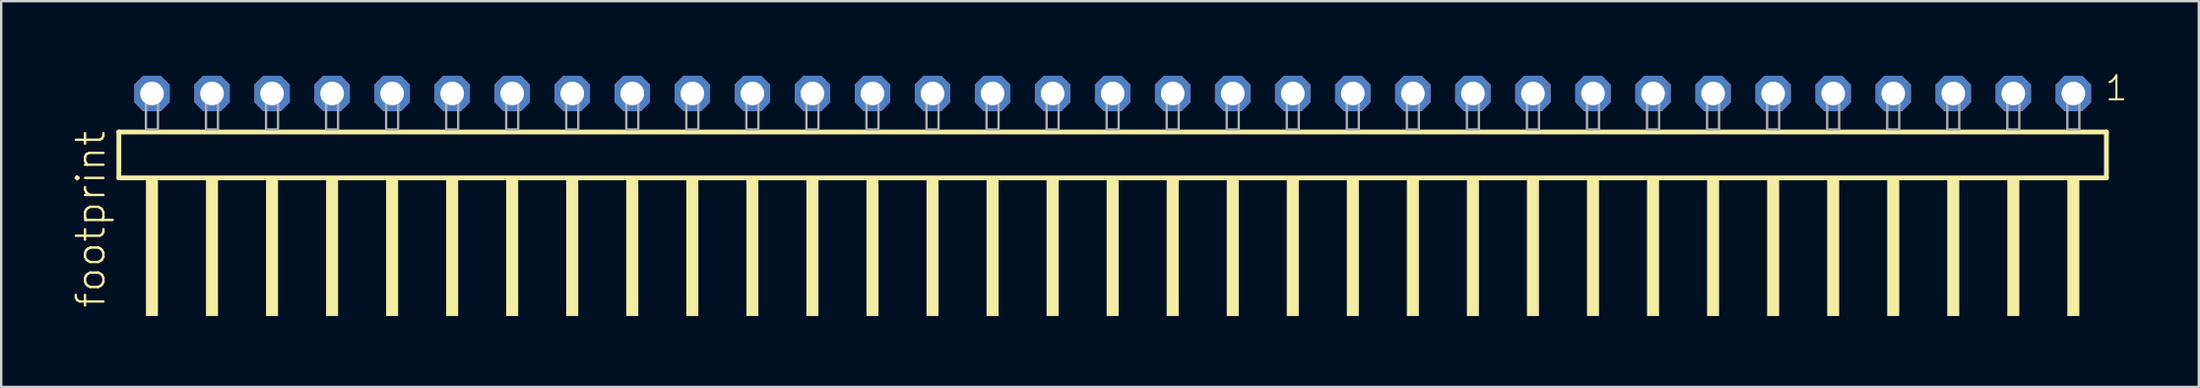
<source format=kicad_pcb>
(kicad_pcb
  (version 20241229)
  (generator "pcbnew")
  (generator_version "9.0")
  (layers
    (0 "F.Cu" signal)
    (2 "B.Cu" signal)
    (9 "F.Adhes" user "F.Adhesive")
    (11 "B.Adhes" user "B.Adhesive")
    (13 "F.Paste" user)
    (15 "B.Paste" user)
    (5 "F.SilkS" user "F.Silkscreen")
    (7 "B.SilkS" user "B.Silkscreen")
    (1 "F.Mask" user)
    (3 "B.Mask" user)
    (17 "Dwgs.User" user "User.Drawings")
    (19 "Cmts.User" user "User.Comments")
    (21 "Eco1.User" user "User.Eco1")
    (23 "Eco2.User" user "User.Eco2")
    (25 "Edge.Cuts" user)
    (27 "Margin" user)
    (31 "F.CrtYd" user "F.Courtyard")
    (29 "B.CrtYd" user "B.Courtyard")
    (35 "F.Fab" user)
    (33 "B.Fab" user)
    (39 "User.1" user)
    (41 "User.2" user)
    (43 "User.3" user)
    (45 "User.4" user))
  (footprint "footprint"
    (layer "F.Cu")
    (at 44.018 2.428)
    (property "Reference" "footprint" (at -42.545 7.62 90) (layer "F.SilkS") (effects (font (size 1.168 1.168) (thickness 0.102)) (justify left bottom)))
    (fp_line (start -42.039 0.106) (end -42.039 2.046) (stroke (width 0.203) (type solid)) (layer "F.SilkS"))
    (fp_line (start -42.039 2.046) (end 42.039 2.046) (stroke (width 0.203) (type solid)) (layer "F.SilkS"))
    (fp_line (start 42.039 0.106) (end -42.039 0.106) (stroke (width 0.203) (type solid)) (layer "F.SilkS"))
    (fp_line (start 42.039 2.046) (end 42.039 0.106) (stroke (width 0.203) (type solid)) (layer "F.SilkS"))
    (fp_poly (pts (xy -40.894 7.89) (xy -40.386 7.89) (xy -40.386 2.04) (xy -40.894 2.04)) (stroke (width 0) (type solid)) (fill yes) (layer "F.SilkS"))
    (fp_poly (pts (xy -38.354 7.89) (xy -37.846 7.89) (xy -37.846 2.04) (xy -38.354 2.04)) (stroke (width 0) (type solid)) (fill yes) (layer "F.SilkS"))
    (fp_poly (pts (xy -35.814 7.89) (xy -35.306 7.89) (xy -35.306 2.04) (xy -35.814 2.04)) (stroke (width 0) (type solid)) (fill yes) (layer "F.SilkS"))
    (fp_poly (pts (xy -33.274 7.89) (xy -32.766 7.89) (xy -32.766 2.04) (xy -33.274 2.04)) (stroke (width 0) (type solid)) (fill yes) (layer "F.SilkS"))
    (fp_poly (pts (xy -30.734 7.89) (xy -30.226 7.89) (xy -30.226 2.04) (xy -30.734 2.04)) (stroke (width 0) (type solid)) (fill yes) (layer "F.SilkS"))
    (fp_poly (pts (xy -28.194 7.89) (xy -27.686 7.89) (xy -27.686 2.04) (xy -28.194 2.04)) (stroke (width 0) (type solid)) (fill yes) (layer "F.SilkS"))
    (fp_poly (pts (xy -25.654 7.89) (xy -25.146 7.89) (xy -25.146 2.04) (xy -25.654 2.04)) (stroke (width 0) (type solid)) (fill yes) (layer "F.SilkS"))
    (fp_poly (pts (xy -23.114 7.89) (xy -22.606 7.89) (xy -22.606 2.04) (xy -23.114 2.04)) (stroke (width 0) (type solid)) (fill yes) (layer "F.SilkS"))
    (fp_poly (pts (xy -20.574 7.89) (xy -20.066 7.89) (xy -20.066 2.04) (xy -20.574 2.04)) (stroke (width 0) (type solid)) (fill yes) (layer "F.SilkS"))
    (fp_poly (pts (xy -18.034 7.89) (xy -17.526 7.89) (xy -17.526 2.04) (xy -18.034 2.04)) (stroke (width 0) (type solid)) (fill yes) (layer "F.SilkS"))
    (fp_poly (pts (xy -15.494 7.89) (xy -14.986 7.89) (xy -14.986 2.04) (xy -15.494 2.04)) (stroke (width 0) (type solid)) (fill yes) (layer "F.SilkS"))
    (fp_poly (pts (xy -12.954 7.89) (xy -12.446 7.89) (xy -12.446 2.04) (xy -12.954 2.04)) (stroke (width 0) (type solid)) (fill yes) (layer "F.SilkS"))
    (fp_poly (pts (xy -10.414 7.89) (xy -9.906 7.89) (xy -9.906 2.04) (xy -10.414 2.04)) (stroke (width 0) (type solid)) (fill yes) (layer "F.SilkS"))
    (fp_poly (pts (xy -7.874 7.89) (xy -7.366 7.89) (xy -7.366 2.04) (xy -7.874 2.04)) (stroke (width 0) (type solid)) (fill yes) (layer "F.SilkS"))
    (fp_poly (pts (xy -5.334 7.89) (xy -4.826 7.89) (xy -4.826 2.04) (xy -5.334 2.04)) (stroke (width 0) (type solid)) (fill yes) (layer "F.SilkS"))
    (fp_poly (pts (xy -2.794 7.89) (xy -2.286 7.89) (xy -2.286 2.04) (xy -2.794 2.04)) (stroke (width 0) (type solid)) (fill yes) (layer "F.SilkS"))
    (fp_poly (pts (xy -0.254 7.89) (xy 0.254 7.89) (xy 0.254 2.04) (xy -0.254 2.04)) (stroke (width 0) (type solid)) (fill yes) (layer "F.SilkS"))
    (fp_poly (pts (xy 2.286 7.89) (xy 2.794 7.89) (xy 2.794 2.04) (xy 2.286 2.04)) (stroke (width 0) (type solid)) (fill yes) (layer "F.SilkS"))
    (fp_poly (pts (xy 4.826 7.89) (xy 5.334 7.89) (xy 5.334 2.04) (xy 4.826 2.04)) (stroke (width 0) (type solid)) (fill yes) (layer "F.SilkS"))
    (fp_poly (pts (xy 7.366 7.89) (xy 7.874 7.89) (xy 7.874 2.04) (xy 7.366 2.04)) (stroke (width 0) (type solid)) (fill yes) (layer "F.SilkS"))
    (fp_poly (pts (xy 9.906 7.89) (xy 10.414 7.89) (xy 10.414 2.04) (xy 9.906 2.04)) (stroke (width 0) (type solid)) (fill yes) (layer "F.SilkS"))
    (fp_poly (pts (xy 12.446 7.89) (xy 12.954 7.89) (xy 12.954 2.04) (xy 12.446 2.04)) (stroke (width 0) (type solid)) (fill yes) (layer "F.SilkS"))
    (fp_poly (pts (xy 14.986 7.89) (xy 15.494 7.89) (xy 15.494 2.04) (xy 14.986 2.04)) (stroke (width 0) (type solid)) (fill yes) (layer "F.SilkS"))
    (fp_poly (pts (xy 17.526 7.89) (xy 18.034 7.89) (xy 18.034 2.04) (xy 17.526 2.04)) (stroke (width 0) (type solid)) (fill yes) (layer "F.SilkS"))
    (fp_poly (pts (xy 20.066 7.89) (xy 20.574 7.89) (xy 20.574 2.04) (xy 20.066 2.04)) (stroke (width 0) (type solid)) (fill yes) (layer "F.SilkS"))
    (fp_poly (pts (xy 22.606 7.89) (xy 23.114 7.89) (xy 23.114 2.04) (xy 22.606 2.04)) (stroke (width 0) (type solid)) (fill yes) (layer "F.SilkS"))
    (fp_poly (pts (xy 25.146 7.89) (xy 25.654 7.89) (xy 25.654 2.04) (xy 25.146 2.04)) (stroke (width 0) (type solid)) (fill yes) (layer "F.SilkS"))
    (fp_poly (pts (xy 27.686 7.89) (xy 28.194 7.89) (xy 28.194 2.04) (xy 27.686 2.04)) (stroke (width 0) (type solid)) (fill yes) (layer "F.SilkS"))
    (fp_poly (pts (xy 30.226 7.89) (xy 30.734 7.89) (xy 30.734 2.04) (xy 30.226 2.04)) (stroke (width 0) (type solid)) (fill yes) (layer "F.SilkS"))
    (fp_poly (pts (xy 32.766 7.89) (xy 33.274 7.89) (xy 33.274 2.04) (xy 32.766 2.04)) (stroke (width 0) (type solid)) (fill yes) (layer "F.SilkS"))
    (fp_poly (pts (xy 35.306 7.89) (xy 35.814 7.89) (xy 35.814 2.04) (xy 35.306 2.04)) (stroke (width 0) (type solid)) (fill yes) (layer "F.SilkS"))
    (fp_poly (pts (xy 37.846 7.89) (xy 38.354 7.89) (xy 38.354 2.04) (xy 37.846 2.04)) (stroke (width 0) (type solid)) (fill yes) (layer "F.SilkS"))
    (fp_poly (pts (xy 40.386 7.89) (xy 40.894 7.89) (xy 40.894 2.04) (xy 40.386 2.04)) (stroke (width 0) (type solid)) (fill yes) (layer "F.SilkS"))
    (fp_poly (pts (xy -40.894 0) (xy -40.386 0) (xy -40.386 -1.778) (xy -40.894 -1.778)) (stroke (width 0.1) (type solid)) (fill no) (layer "F.Fab"))
    (fp_poly (pts (xy -38.354 0) (xy -37.846 0) (xy -37.846 -1.778) (xy -38.354 -1.778)) (stroke (width 0.1) (type solid)) (fill no) (layer "F.Fab"))
    (fp_poly (pts (xy -35.814 0) (xy -35.306 0) (xy -35.306 -1.778) (xy -35.814 -1.778)) (stroke (width 0.1) (type solid)) (fill no) (layer "F.Fab"))
    (fp_poly (pts (xy -33.274 0) (xy -32.766 0) (xy -32.766 -1.778) (xy -33.274 -1.778)) (stroke (width 0.1) (type solid)) (fill no) (layer "F.Fab"))
    (fp_poly (pts (xy -30.734 0) (xy -30.226 0) (xy -30.226 -1.778) (xy -30.734 -1.778)) (stroke (width 0.1) (type solid)) (fill no) (layer "F.Fab"))
    (fp_poly (pts (xy -28.194 0) (xy -27.686 0) (xy -27.686 -1.778) (xy -28.194 -1.778)) (stroke (width 0.1) (type solid)) (fill no) (layer "F.Fab"))
    (fp_poly (pts (xy -25.654 0) (xy -25.146 0) (xy -25.146 -1.778) (xy -25.654 -1.778)) (stroke (width 0.1) (type solid)) (fill no) (layer "F.Fab"))
    (fp_poly (pts (xy -23.114 0) (xy -22.606 0) (xy -22.606 -1.778) (xy -23.114 -1.778)) (stroke (width 0.1) (type solid)) (fill no) (layer "F.Fab"))
    (fp_poly (pts (xy -20.574 0) (xy -20.066 0) (xy -20.066 -1.778) (xy -20.574 -1.778)) (stroke (width 0.1) (type solid)) (fill no) (layer "F.Fab"))
    (fp_poly (pts (xy -18.034 0) (xy -17.526 0) (xy -17.526 -1.778) (xy -18.034 -1.778)) (stroke (width 0.1) (type solid)) (fill no) (layer "F.Fab"))
    (fp_poly (pts (xy -15.494 0) (xy -14.986 0) (xy -14.986 -1.778) (xy -15.494 -1.778)) (stroke (width 0.1) (type solid)) (fill no) (layer "F.Fab"))
    (fp_poly (pts (xy -12.954 0) (xy -12.446 0) (xy -12.446 -1.778) (xy -12.954 -1.778)) (stroke (width 0.1) (type solid)) (fill no) (layer "F.Fab"))
    (fp_poly (pts (xy -10.414 0) (xy -9.906 0) (xy -9.906 -1.778) (xy -10.414 -1.778)) (stroke (width 0.1) (type solid)) (fill no) (layer "F.Fab"))
    (fp_poly (pts (xy -7.874 0) (xy -7.366 0) (xy -7.366 -1.778) (xy -7.874 -1.778)) (stroke (width 0.1) (type solid)) (fill no) (layer "F.Fab"))
    (fp_poly (pts (xy -5.334 0) (xy -4.826 0) (xy -4.826 -1.778) (xy -5.334 -1.778)) (stroke (width 0.1) (type solid)) (fill no) (layer "F.Fab"))
    (fp_poly (pts (xy -2.794 0) (xy -2.286 0) (xy -2.286 -1.778) (xy -2.794 -1.778)) (stroke (width 0.1) (type solid)) (fill no) (layer "F.Fab"))
    (fp_poly (pts (xy -0.254 0) (xy 0.254 0) (xy 0.254 -1.778) (xy -0.254 -1.778)) (stroke (width 0.1) (type solid)) (fill no) (layer "F.Fab"))
    (fp_poly (pts (xy 2.286 0) (xy 2.794 0) (xy 2.794 -1.778) (xy 2.286 -1.778)) (stroke (width 0.1) (type solid)) (fill no) (layer "F.Fab"))
    (fp_poly (pts (xy 4.826 0) (xy 5.334 0) (xy 5.334 -1.778) (xy 4.826 -1.778)) (stroke (width 0.1) (type solid)) (fill no) (layer "F.Fab"))
    (fp_poly (pts (xy 7.366 0) (xy 7.874 0) (xy 7.874 -1.778) (xy 7.366 -1.778)) (stroke (width 0.1) (type solid)) (fill no) (layer "F.Fab"))
    (fp_poly (pts (xy 9.906 0) (xy 10.414 0) (xy 10.414 -1.778) (xy 9.906 -1.778)) (stroke (width 0.1) (type solid)) (fill no) (layer "F.Fab"))
    (fp_poly (pts (xy 12.446 0) (xy 12.954 0) (xy 12.954 -1.778) (xy 12.446 -1.778)) (stroke (width 0.1) (type solid)) (fill no) (layer "F.Fab"))
    (fp_poly (pts (xy 14.986 0) (xy 15.494 0) (xy 15.494 -1.778) (xy 14.986 -1.778)) (stroke (width 0.1) (type solid)) (fill no) (layer "F.Fab"))
    (fp_poly (pts (xy 17.526 0) (xy 18.034 0) (xy 18.034 -1.778) (xy 17.526 -1.778)) (stroke (width 0.1) (type solid)) (fill no) (layer "F.Fab"))
    (fp_poly (pts (xy 20.066 0) (xy 20.574 0) (xy 20.574 -1.778) (xy 20.066 -1.778)) (stroke (width 0.1) (type solid)) (fill no) (layer "F.Fab"))
    (fp_poly (pts (xy 22.606 0) (xy 23.114 0) (xy 23.114 -1.778) (xy 22.606 -1.778)) (stroke (width 0.1) (type solid)) (fill no) (layer "F.Fab"))
    (fp_poly (pts (xy 25.146 0) (xy 25.654 0) (xy 25.654 -1.778) (xy 25.146 -1.778)) (stroke (width 0.1) (type solid)) (fill no) (layer "F.Fab"))
    (fp_poly (pts (xy 27.686 0) (xy 28.194 0) (xy 28.194 -1.778) (xy 27.686 -1.778)) (stroke (width 0.1) (type solid)) (fill no) (layer "F.Fab"))
    (fp_poly (pts (xy 30.226 0) (xy 30.734 0) (xy 30.734 -1.778) (xy 30.226 -1.778)) (stroke (width 0.1) (type solid)) (fill no) (layer "F.Fab"))
    (fp_poly (pts (xy 32.766 0) (xy 33.274 0) (xy 33.274 -1.778) (xy 32.766 -1.778)) (stroke (width 0.1) (type solid)) (fill no) (layer "F.Fab"))
    (fp_poly (pts (xy 35.306 0) (xy 35.814 0) (xy 35.814 -1.778) (xy 35.306 -1.778)) (stroke (width 0.1) (type solid)) (fill no) (layer "F.Fab"))
    (fp_poly (pts (xy 37.846 0) (xy 38.354 0) (xy 38.354 -1.778) (xy 37.846 -1.778)) (stroke (width 0.1) (type solid)) (fill no) (layer "F.Fab"))
    (fp_poly (pts (xy 40.386 0) (xy 40.894 0) (xy 40.894 -1.778) (xy 40.386 -1.778)) (stroke (width 0.1) (type solid)) (fill no) (layer "F.Fab"))
    (fp_text user "1" (at 41.922 -1.152 0) (layer "F.SilkS") (effects (font (size 1.012 1.012) (thickness 0.088)) (justify left bottom)))
    (pad "1" thru_hole roundrect (at 40.64 -1.524 180) (size 1.5 1.5) (drill 1) (layers "*.Cu" "*.Mask") (roundrect_rratio 0.25) (chamfer_ratio 0.25) (chamfer top_left top_right bottom_left bottom_right))
    (pad "2" thru_hole roundrect (at 38.1 -1.524 180) (size 1.5 1.5) (drill 1) (layers "*.Cu" "*.Mask") (roundrect_rratio 0.25) (chamfer_ratio 0.25) (chamfer top_left top_right bottom_left bottom_right))
    (pad "3" thru_hole roundrect (at 35.56 -1.524 180) (size 1.5 1.5) (drill 1) (layers "*.Cu" "*.Mask") (roundrect_rratio 0.25) (chamfer_ratio 0.25) (chamfer top_left top_right bottom_left bottom_right))
    (pad "4" thru_hole roundrect (at 33.02 -1.524 180) (size 1.5 1.5) (drill 1) (layers "*.Cu" "*.Mask") (roundrect_rratio 0.25) (chamfer_ratio 0.25) (chamfer top_left top_right bottom_left bottom_right))
    (pad "5" thru_hole roundrect (at 30.48 -1.524 180) (size 1.5 1.5) (drill 1) (layers "*.Cu" "*.Mask") (roundrect_rratio 0.25) (chamfer_ratio 0.25) (chamfer top_left top_right bottom_left bottom_right))
    (pad "6" thru_hole roundrect (at 27.94 -1.524 180) (size 1.5 1.5) (drill 1) (layers "*.Cu" "*.Mask") (roundrect_rratio 0.25) (chamfer_ratio 0.25) (chamfer top_left top_right bottom_left bottom_right))
    (pad "7" thru_hole roundrect (at 25.4 -1.524 180) (size 1.5 1.5) (drill 1) (layers "*.Cu" "*.Mask") (roundrect_rratio 0.25) (chamfer_ratio 0.25) (chamfer top_left top_right bottom_left bottom_right))
    (pad "8" thru_hole roundrect (at 22.86 -1.524 180) (size 1.5 1.5) (drill 1) (layers "*.Cu" "*.Mask") (roundrect_rratio 0.25) (chamfer_ratio 0.25) (chamfer top_left top_right bottom_left bottom_right))
    (pad "9" thru_hole roundrect (at 20.32 -1.524 180) (size 1.5 1.5) (drill 1) (layers "*.Cu" "*.Mask") (roundrect_rratio 0.25) (chamfer_ratio 0.25) (chamfer top_left top_right bottom_left bottom_right))
    (pad "10" thru_hole roundrect (at 17.78 -1.524 180) (size 1.5 1.5) (drill 1) (layers "*.Cu" "*.Mask") (roundrect_rratio 0.25) (chamfer_ratio 0.25) (chamfer top_left top_right bottom_left bottom_right))
    (pad "11" thru_hole roundrect (at 15.24 -1.524 180) (size 1.5 1.5) (drill 1) (layers "*.Cu" "*.Mask") (roundrect_rratio 0.25) (chamfer_ratio 0.25) (chamfer top_left top_right bottom_left bottom_right))
    (pad "12" thru_hole roundrect (at 12.7 -1.524 180) (size 1.5 1.5) (drill 1) (layers "*.Cu" "*.Mask") (roundrect_rratio 0.25) (chamfer_ratio 0.25) (chamfer top_left top_right bottom_left bottom_right))
    (pad "13" thru_hole roundrect (at 10.16 -1.524 180) (size 1.5 1.5) (drill 1) (layers "*.Cu" "*.Mask") (roundrect_rratio 0.25) (chamfer_ratio 0.25) (chamfer top_left top_right bottom_left bottom_right))
    (pad "14" thru_hole roundrect (at 7.62 -1.524 180) (size 1.5 1.5) (drill 1) (layers "*.Cu" "*.Mask") (roundrect_rratio 0.25) (chamfer_ratio 0.25) (chamfer top_left top_right bottom_left bottom_right))
    (pad "15" thru_hole roundrect (at 5.08 -1.524 180) (size 1.5 1.5) (drill 1) (layers "*.Cu" "*.Mask") (roundrect_rratio 0.25) (chamfer_ratio 0.25) (chamfer top_left top_right bottom_left bottom_right))
    (pad "16" thru_hole roundrect (at 2.54 -1.524 180) (size 1.5 1.5) (drill 1) (layers "*.Cu" "*.Mask") (roundrect_rratio 0.25) (chamfer_ratio 0.25) (chamfer top_left top_right bottom_left bottom_right))
    (pad "17" thru_hole roundrect (at 0 -1.524 180) (size 1.5 1.5) (drill 1) (layers "*.Cu" "*.Mask") (roundrect_rratio 0.25) (chamfer_ratio 0.25) (chamfer top_left top_right bottom_left bottom_right))
    (pad "18" thru_hole roundrect (at -2.54 -1.524 180) (size 1.5 1.5) (drill 1) (layers "*.Cu" "*.Mask") (roundrect_rratio 0.25) (chamfer_ratio 0.25) (chamfer top_left top_right bottom_left bottom_right))
    (pad "19" thru_hole roundrect (at -5.08 -1.524 180) (size 1.5 1.5) (drill 1) (layers "*.Cu" "*.Mask") (roundrect_rratio 0.25) (chamfer_ratio 0.25) (chamfer top_left top_right bottom_left bottom_right))
    (pad "20" thru_hole roundrect (at -7.62 -1.524 180) (size 1.5 1.5) (drill 1) (layers "*.Cu" "*.Mask") (roundrect_rratio 0.25) (chamfer_ratio 0.25) (chamfer top_left top_right bottom_left bottom_right))
    (pad "21" thru_hole roundrect (at -10.16 -1.524 180) (size 1.5 1.5) (drill 1) (layers "*.Cu" "*.Mask") (roundrect_rratio 0.25) (chamfer_ratio 0.25) (chamfer top_left top_right bottom_left bottom_right))
    (pad "22" thru_hole roundrect (at -12.7 -1.524 180) (size 1.5 1.5) (drill 1) (layers "*.Cu" "*.Mask") (roundrect_rratio 0.25) (chamfer_ratio 0.25) (chamfer top_left top_right bottom_left bottom_right))
    (pad "23" thru_hole roundrect (at -15.24 -1.524 180) (size 1.5 1.5) (drill 1) (layers "*.Cu" "*.Mask") (roundrect_rratio 0.25) (chamfer_ratio 0.25) (chamfer top_left top_right bottom_left bottom_right))
    (pad "24" thru_hole roundrect (at -17.78 -1.524 180) (size 1.5 1.5) (drill 1) (layers "*.Cu" "*.Mask") (roundrect_rratio 0.25) (chamfer_ratio 0.25) (chamfer top_left top_right bottom_left bottom_right))
    (pad "25" thru_hole roundrect (at -20.32 -1.524 180) (size 1.5 1.5) (drill 1) (layers "*.Cu" "*.Mask") (roundrect_rratio 0.25) (chamfer_ratio 0.25) (chamfer top_left top_right bottom_left bottom_right))
    (pad "26" thru_hole roundrect (at -22.86 -1.524 180) (size 1.5 1.5) (drill 1) (layers "*.Cu" "*.Mask") (roundrect_rratio 0.25) (chamfer_ratio 0.25) (chamfer top_left top_right bottom_left bottom_right))
    (pad "27" thru_hole roundrect (at -25.4 -1.524 180) (size 1.5 1.5) (drill 1) (layers "*.Cu" "*.Mask") (roundrect_rratio 0.25) (chamfer_ratio 0.25) (chamfer top_left top_right bottom_left bottom_right))
    (pad "28" thru_hole roundrect (at -27.94 -1.524 180) (size 1.5 1.5) (drill 1) (layers "*.Cu" "*.Mask") (roundrect_rratio 0.25) (chamfer_ratio 0.25) (chamfer top_left top_right bottom_left bottom_right))
    (pad "29" thru_hole roundrect (at -30.48 -1.524 180) (size 1.5 1.5) (drill 1) (layers "*.Cu" "*.Mask") (roundrect_rratio 0.25) (chamfer_ratio 0.25) (chamfer top_left top_right bottom_left bottom_right))
    (pad "30" thru_hole roundrect (at -33.02 -1.524 180) (size 1.5 1.5) (drill 1) (layers "*.Cu" "*.Mask") (roundrect_rratio 0.25) (chamfer_ratio 0.25) (chamfer top_left top_right bottom_left bottom_right))
    (pad "31" thru_hole roundrect (at -35.56 -1.524 180) (size 1.5 1.5) (drill 1) (layers "*.Cu" "*.Mask") (roundrect_rratio 0.25) (chamfer_ratio 0.25) (chamfer top_left top_right bottom_left bottom_right))
    (pad "32" thru_hole roundrect (at -38.1 -1.524 180) (size 1.5 1.5) (drill 1) (layers "*.Cu" "*.Mask") (roundrect_rratio 0.25) (chamfer_ratio 0.25) (chamfer top_left top_right bottom_left bottom_right))
    (pad "33" thru_hole roundrect (at -40.64 -1.524 180) (size 1.5 1.5) (drill 1) (layers "*.Cu" "*.Mask") (roundrect_rratio 0.25) (chamfer_ratio 0.25) (chamfer top_left top_right bottom_left bottom_right)))
  (gr_rect
    (start -3 -3)
    (end 89.966 13.318)
    (stroke (width 0.1) (type default))
    (fill no)
    (layer "Edge.Cuts")))
</source>
